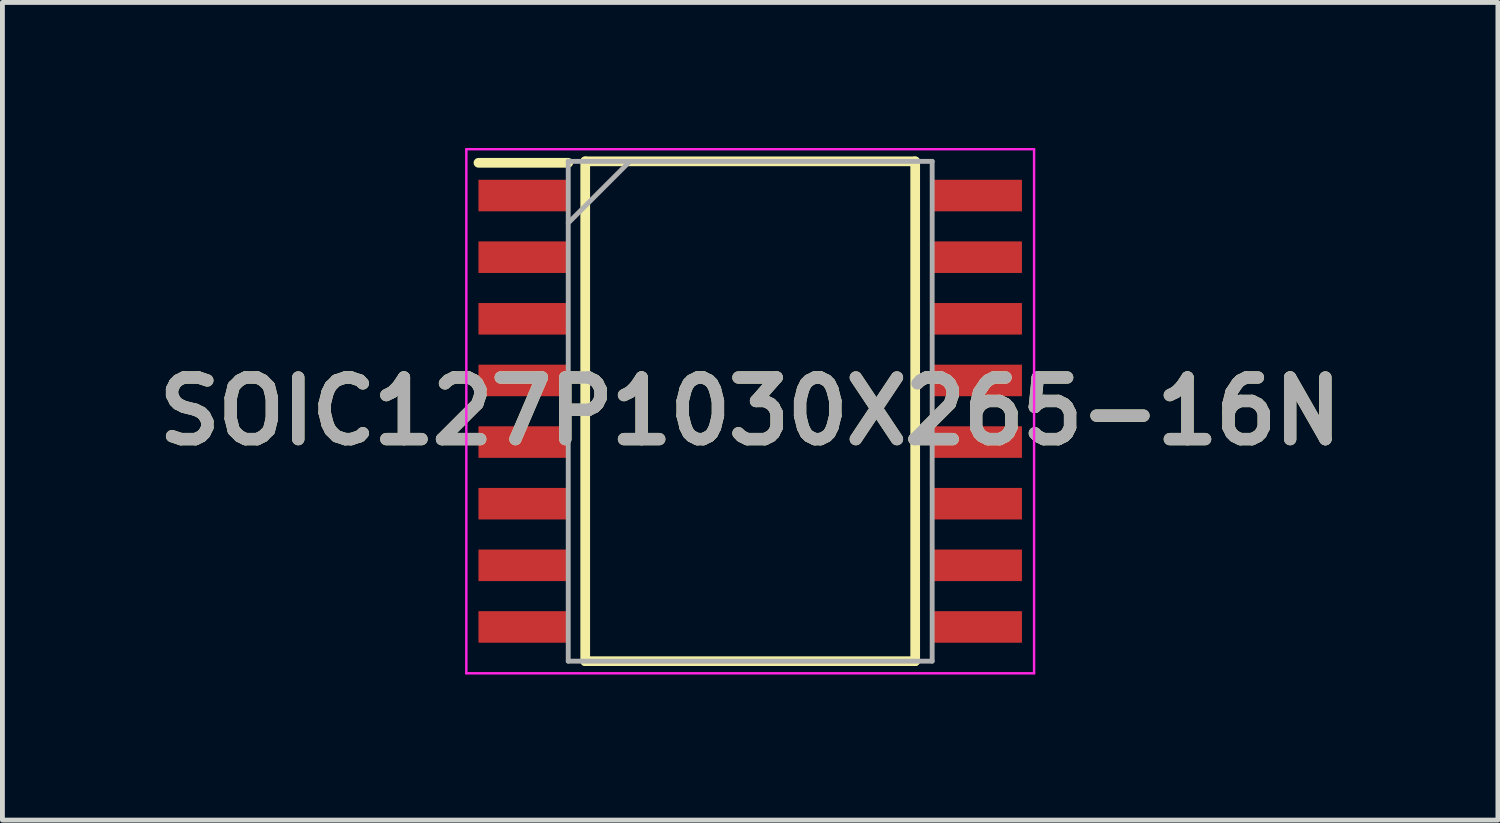
<source format=kicad_pcb>
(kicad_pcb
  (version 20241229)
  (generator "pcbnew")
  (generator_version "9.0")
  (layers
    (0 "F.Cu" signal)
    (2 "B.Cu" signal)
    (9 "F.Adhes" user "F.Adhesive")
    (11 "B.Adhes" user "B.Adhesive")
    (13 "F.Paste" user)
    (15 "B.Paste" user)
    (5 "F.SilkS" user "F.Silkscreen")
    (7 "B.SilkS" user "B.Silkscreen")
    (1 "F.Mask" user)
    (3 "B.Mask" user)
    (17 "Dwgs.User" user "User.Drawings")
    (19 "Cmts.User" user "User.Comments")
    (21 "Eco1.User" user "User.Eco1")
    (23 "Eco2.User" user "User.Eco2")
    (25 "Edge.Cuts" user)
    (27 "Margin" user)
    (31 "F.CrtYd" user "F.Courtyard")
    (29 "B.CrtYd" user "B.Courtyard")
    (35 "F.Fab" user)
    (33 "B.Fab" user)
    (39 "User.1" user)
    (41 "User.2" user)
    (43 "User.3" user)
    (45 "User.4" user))
  (footprint "SOIC127P1030X265-16N"
    (layer "F.Cu")
    (at 12.41 5.425)
    (property "Reference" "SOIC127P1030X265-16N" (at 0 0 0) (layer "F.SilkS") (effects (font (size 1.27 1.27) (thickness 0.254))))
    (attr smd)
    (fp_line (start -5.6 -5.12) (end -3.75 -5.12) (stroke (width 0.2) (type solid)) (layer "F.SilkS"))
    (fp_line (start -3.4 -5.15) (end 3.4 -5.15) (stroke (width 0.2) (type solid)) (layer "F.SilkS"))
    (fp_line (start -3.4 5.15) (end -3.4 -5.15) (stroke (width 0.2) (type solid)) (layer "F.SilkS"))
    (fp_line (start 3.4 -5.15) (end 3.4 5.15) (stroke (width 0.2) (type solid)) (layer "F.SilkS"))
    (fp_line (start 3.4 5.15) (end -3.4 5.15) (stroke (width 0.2) (type solid)) (layer "F.SilkS"))
    (fp_line (start -5.85 -5.4) (end 5.85 -5.4) (stroke (width 0.05) (type solid)) (layer "F.CrtYd"))
    (fp_line (start -5.85 5.4) (end -5.85 -5.4) (stroke (width 0.05) (type solid)) (layer "F.CrtYd"))
    (fp_line (start 5.85 -5.4) (end 5.85 5.4) (stroke (width 0.05) (type solid)) (layer "F.CrtYd"))
    (fp_line (start 5.85 5.4) (end -5.85 5.4) (stroke (width 0.05) (type solid)) (layer "F.CrtYd"))
    (fp_line (start -3.75 -5.15) (end 3.75 -5.15) (stroke (width 0.1) (type solid)) (layer "F.Fab"))
    (fp_line (start -3.75 -3.88) (end -2.48 -5.15) (stroke (width 0.1) (type solid)) (layer "F.Fab"))
    (fp_line (start -3.75 5.15) (end -3.75 -5.15) (stroke (width 0.1) (type solid)) (layer "F.Fab"))
    (fp_line (start 3.75 -5.15) (end 3.75 5.15) (stroke (width 0.1) (type solid)) (layer "F.Fab"))
    (fp_line (start 3.75 5.15) (end -3.75 5.15) (stroke (width 0.1) (type solid)) (layer "F.Fab"))
    (fp_text user "${REFERENCE}" (at 0 0 0) (layer "F.Fab") (effects (font (size 1.27 1.27) (thickness 0.254))))
    (pad "1" smd rect (at -4.675 -4.445 90) (size 0.65 1.85) (layers "F.Cu" "F.Mask" "F.Paste"))
    (pad "2" smd rect (at -4.675 -3.175 90) (size 0.65 1.85) (layers "F.Cu" "F.Mask" "F.Paste"))
    (pad "3" smd rect (at -4.675 -1.905 90) (size 0.65 1.85) (layers "F.Cu" "F.Mask" "F.Paste"))
    (pad "4" smd rect (at -4.675 -0.635 90) (size 0.65 1.85) (layers "F.Cu" "F.Mask" "F.Paste"))
    (pad "5" smd rect (at -4.675 0.635 90) (size 0.65 1.85) (layers "F.Cu" "F.Mask" "F.Paste"))
    (pad "6" smd rect (at -4.675 1.905 90) (size 0.65 1.85) (layers "F.Cu" "F.Mask" "F.Paste"))
    (pad "7" smd rect (at -4.675 3.175 90) (size 0.65 1.85) (layers "F.Cu" "F.Mask" "F.Paste"))
    (pad "8" smd rect (at -4.675 4.445 90) (size 0.65 1.85) (layers "F.Cu" "F.Mask" "F.Paste"))
    (pad "9" smd rect (at 4.675 4.445 90) (size 0.65 1.85) (layers "F.Cu" "F.Mask" "F.Paste"))
    (pad "10" smd rect (at 4.675 3.175 90) (size 0.65 1.85) (layers "F.Cu" "F.Mask" "F.Paste"))
    (pad "11" smd rect (at 4.675 1.905 90) (size 0.65 1.85) (layers "F.Cu" "F.Mask" "F.Paste"))
    (pad "12" smd rect (at 4.675 0.635 90) (size 0.65 1.85) (layers "F.Cu" "F.Mask" "F.Paste"))
    (pad "13" smd rect (at 4.675 -0.635 90) (size 0.65 1.85) (layers "F.Cu" "F.Mask" "F.Paste"))
    (pad "14" smd rect (at 4.675 -1.905 90) (size 0.65 1.85) (layers "F.Cu" "F.Mask" "F.Paste"))
    (pad "15" smd rect (at 4.675 -3.175 90) (size 0.65 1.85) (layers "F.Cu" "F.Mask" "F.Paste"))
    (pad "16" smd rect (at 4.675 -4.445 90) (size 0.65 1.85) (layers "F.Cu" "F.Mask" "F.Paste")))
  (gr_rect
    (start -3 -3)
    (end 27.819 13.85)
    (stroke (width 0.1) (type default))
    (fill no)
    (layer "Edge.Cuts")))
</source>
